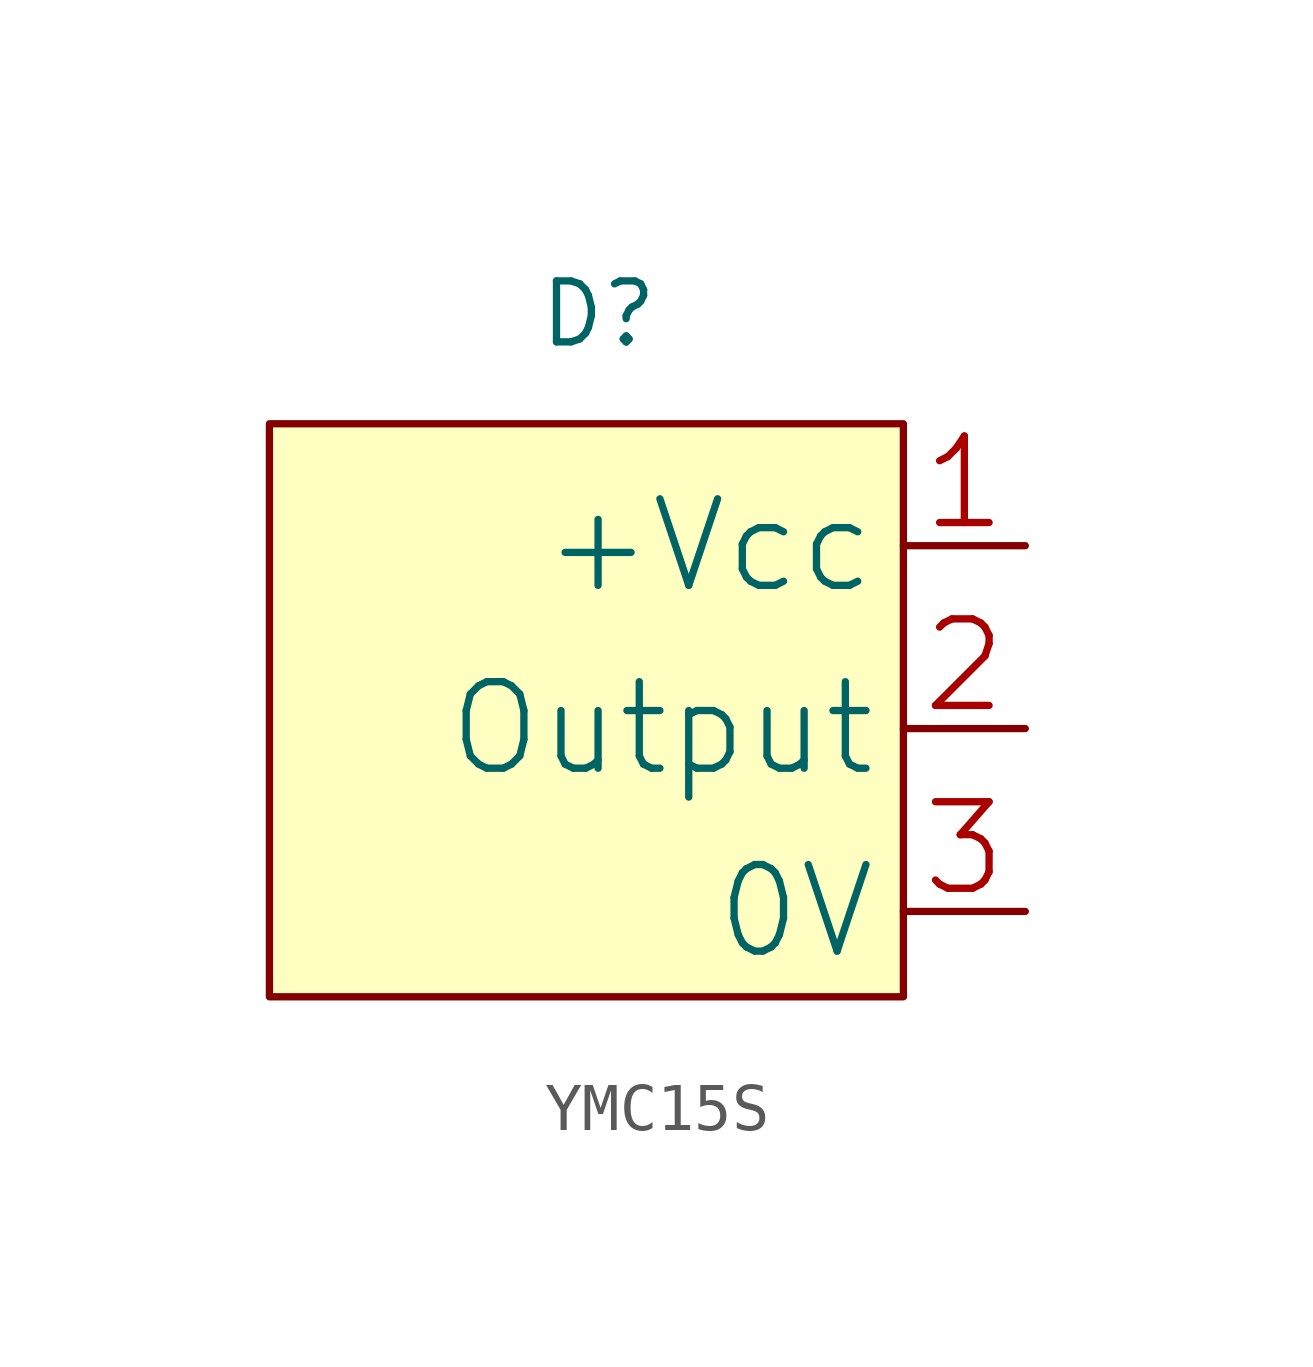
<source format=kicad_sym>
(kicad_symbol_lib
  (version 20231120)
  (generator "kicad_symbol_editor")
  (generator_version "8.0")
  (symbol "YMC15S"
    (property "Reference" "D"
      (at 0 2.286 0)
      (effects (font (size 1.27 1.27))))
    (property "Value" ""
      (at 0 0 0)
      (effects (font (size 1.27 1.27))))
    (symbol "YMC15S_1_1"
      (rectangle (start -6.858 0) (end 6.35 -11.938) (stroke (width 0) (type default)) (fill (type background)))
      (pin input line (at 8.89 -2.54 180) (length 2.54) (name "+Vcc" (effects (font (size 1.803 1.803)))) (number "1" (effects (font (size 1.803 1.803)))))
      (pin input line (at 8.89 -6.35 180) (length 2.54) (name "Output" (effects (font (size 1.803 1.803)))) (number "2" (effects (font (size 1.803 1.803)))))
      (pin input line (at 8.89 -10.16 180) (length 2.54) (name "0V" (effects (font (size 1.803 1.803)))) (number "3" (effects (font (size 1.803 1.803))))))))
</source>
